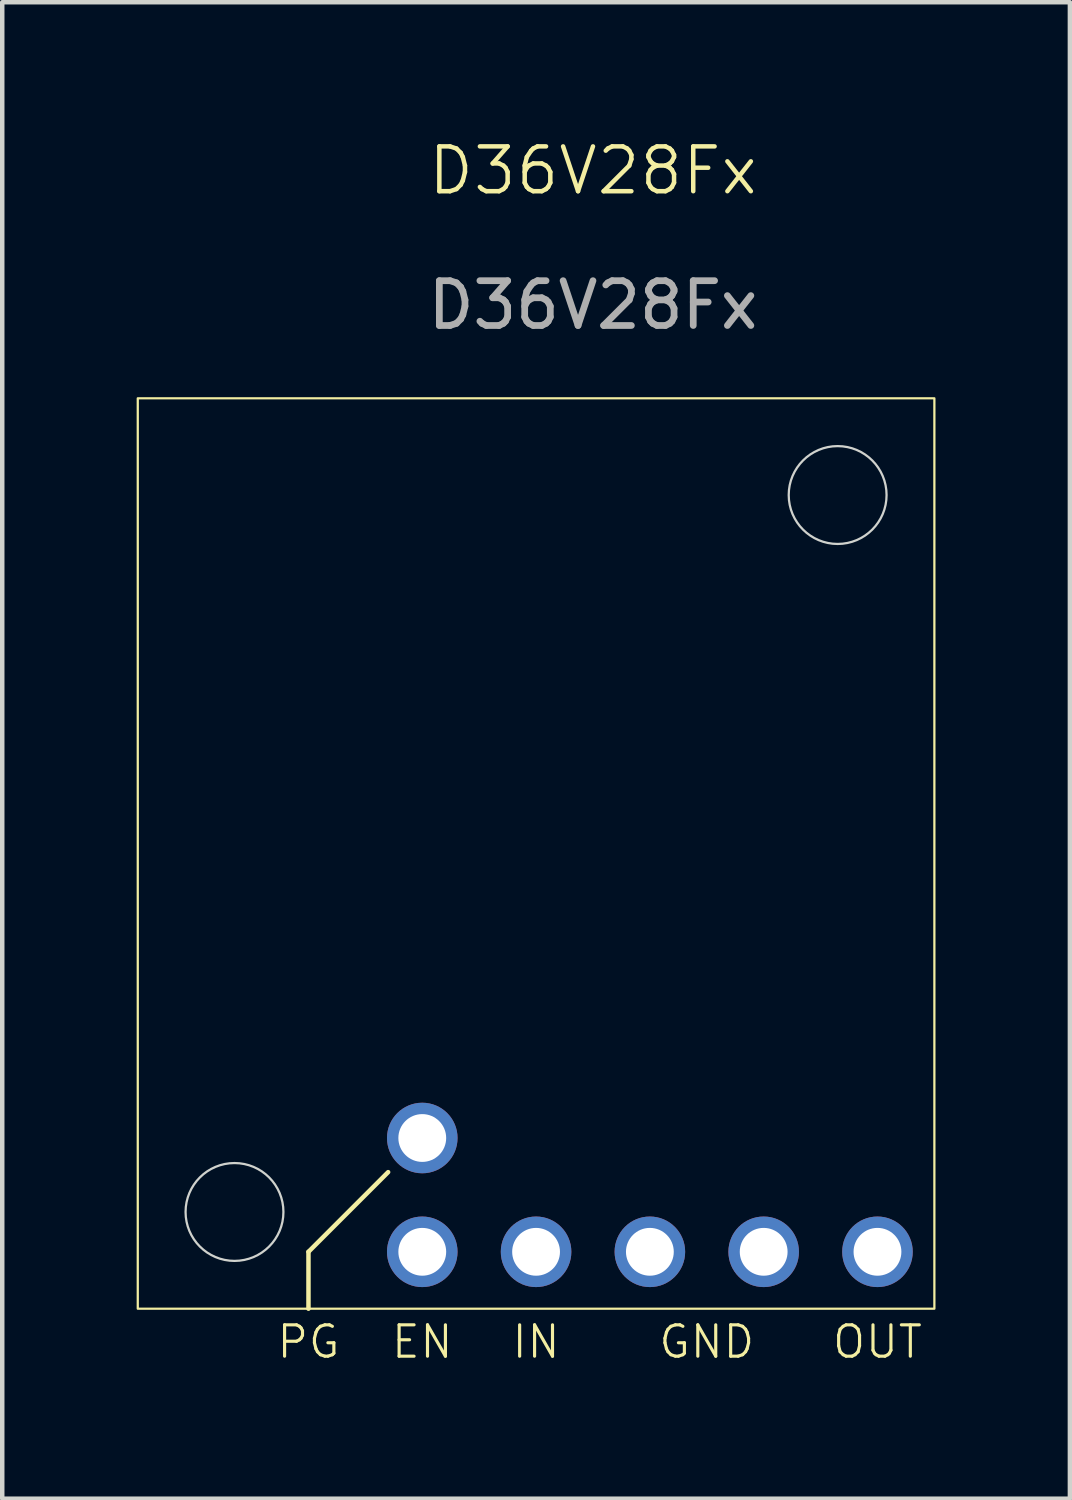
<source format=kicad_pcb>
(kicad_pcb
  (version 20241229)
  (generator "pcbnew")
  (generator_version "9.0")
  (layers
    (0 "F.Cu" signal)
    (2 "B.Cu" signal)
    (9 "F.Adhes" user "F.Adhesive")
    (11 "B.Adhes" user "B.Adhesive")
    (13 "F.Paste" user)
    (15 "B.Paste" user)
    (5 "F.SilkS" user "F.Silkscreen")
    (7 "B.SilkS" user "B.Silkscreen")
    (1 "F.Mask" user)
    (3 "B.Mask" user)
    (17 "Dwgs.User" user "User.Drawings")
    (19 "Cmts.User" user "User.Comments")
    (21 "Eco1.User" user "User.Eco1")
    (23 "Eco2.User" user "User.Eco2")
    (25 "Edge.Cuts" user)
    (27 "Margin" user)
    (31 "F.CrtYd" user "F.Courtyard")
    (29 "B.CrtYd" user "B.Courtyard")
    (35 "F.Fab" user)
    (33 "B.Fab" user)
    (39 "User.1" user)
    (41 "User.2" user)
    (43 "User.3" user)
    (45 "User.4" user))
  (footprint "D36V28Fx"
    (layer "F.Cu")
    (at 8.915 16)
    (property "Reference" "D36V28Fx" (at 1.27 -15.24 0) (unlocked yes) (layer "F.SilkS") (effects (font (size 1 1) (thickness 0.1))))
    (attr through_hole)
    (fp_line (start -5.08 8.89) (end -5.08 10.16) (stroke (width 0.1) (type default)) (layer "F.SilkS"))
    (fp_line (start -3.302 7.112) (end -5.08 8.89) (stroke (width 0.1) (type default)) (layer "F.SilkS"))
    (fp_rect (start -8.89 -10.16) (end 8.89 10.16) (stroke (width 0.05) (type default)) (fill no) (layer "F.SilkS"))
    (fp_circle (center -6.731 8.001) (end -5.639 8.001) (stroke (width 0.05) (type default)) (fill no) (layer "Edge.Cuts"))
    (fp_circle (center 6.731 -8.001) (end 7.823 -8.001) (stroke (width 0.05) (type default)) (fill no) (layer "Edge.Cuts"))
    (fp_text user "EN" (at -2.54 10.49 0) (unlocked yes) (layer "F.SilkS") (effects (font (size 0.7 0.7) (thickness 0.07)) (justify top)))
    (fp_text user "GND" (at 3.81 10.49 0) (unlocked yes) (layer "F.SilkS") (effects (font (size 0.7 0.7) (thickness 0.07)) (justify top)))
    (fp_text user "PG" (at -5.08 10.49 0) (unlocked yes) (layer "F.SilkS") (effects (font (size 0.7 0.7) (thickness 0.07)) (justify top)))
    (fp_text user "OUT" (at 7.62 10.49 0) (unlocked yes) (layer "F.SilkS") (effects (font (size 0.7 0.7) (thickness 0.07)) (justify top)))
    (fp_text user "IN" (at 0 10.49 0) (unlocked yes) (layer "F.SilkS") (effects (font (size 0.7 0.7) (thickness 0.07)) (justify top)))
    (fp_text user "${REFERENCE}" (at 1.27 -12.24 0) (unlocked yes) (layer "F.Fab") (effects (font (size 1 1) (thickness 0.15))))
    (pad "1" thru_hole circle (at 7.62 8.89) (size 1.575 1.575) (drill 1.067) (layers "*.Cu" "*.Mask"))
    (pad "2" thru_hole circle (at 2.54 8.89) (size 1.575 1.575) (drill 1.067) (layers "*.Cu" "*.Mask"))
    (pad "2" thru_hole circle (at 5.08 8.89) (size 1.575 1.575) (drill 1.067) (layers "*.Cu" "*.Mask"))
    (pad "3" thru_hole circle (at 0 8.89) (size 1.575 1.575) (drill 1.067) (layers "*.Cu" "*.Mask"))
    (pad "4" thru_hole circle (at -2.54 8.89) (size 1.575 1.575) (drill 1.067) (layers "*.Cu" "*.Mask"))
    (pad "5" thru_hole circle (at -2.54 6.35) (size 1.575 1.575) (drill 1.067) (layers "*.Cu" "*.Mask"))
    (zone (net_name "") (layers "F.Cu" "Dwgs.User") (hatch edge 0.5) (connect_pads) (min_thickness 0.25) (filled_areas_thickness no) (keepout (tracks allowed) (vias allowed) (pads allowed) (copperpour allowed) (footprints not_allowed)) (placement (enabled no)) (fill) (polygon (pts (xy 0.025 5.84) (xy 17.805 5.84) (xy 17.805 26.16) (xy 0.025 26.16)))))
  (gr_rect
    (start -3 -3)
    (end 20.83 30.401)
    (stroke (width 0.1) (type default))
    (fill no)
    (layer "Edge.Cuts")))
</source>
